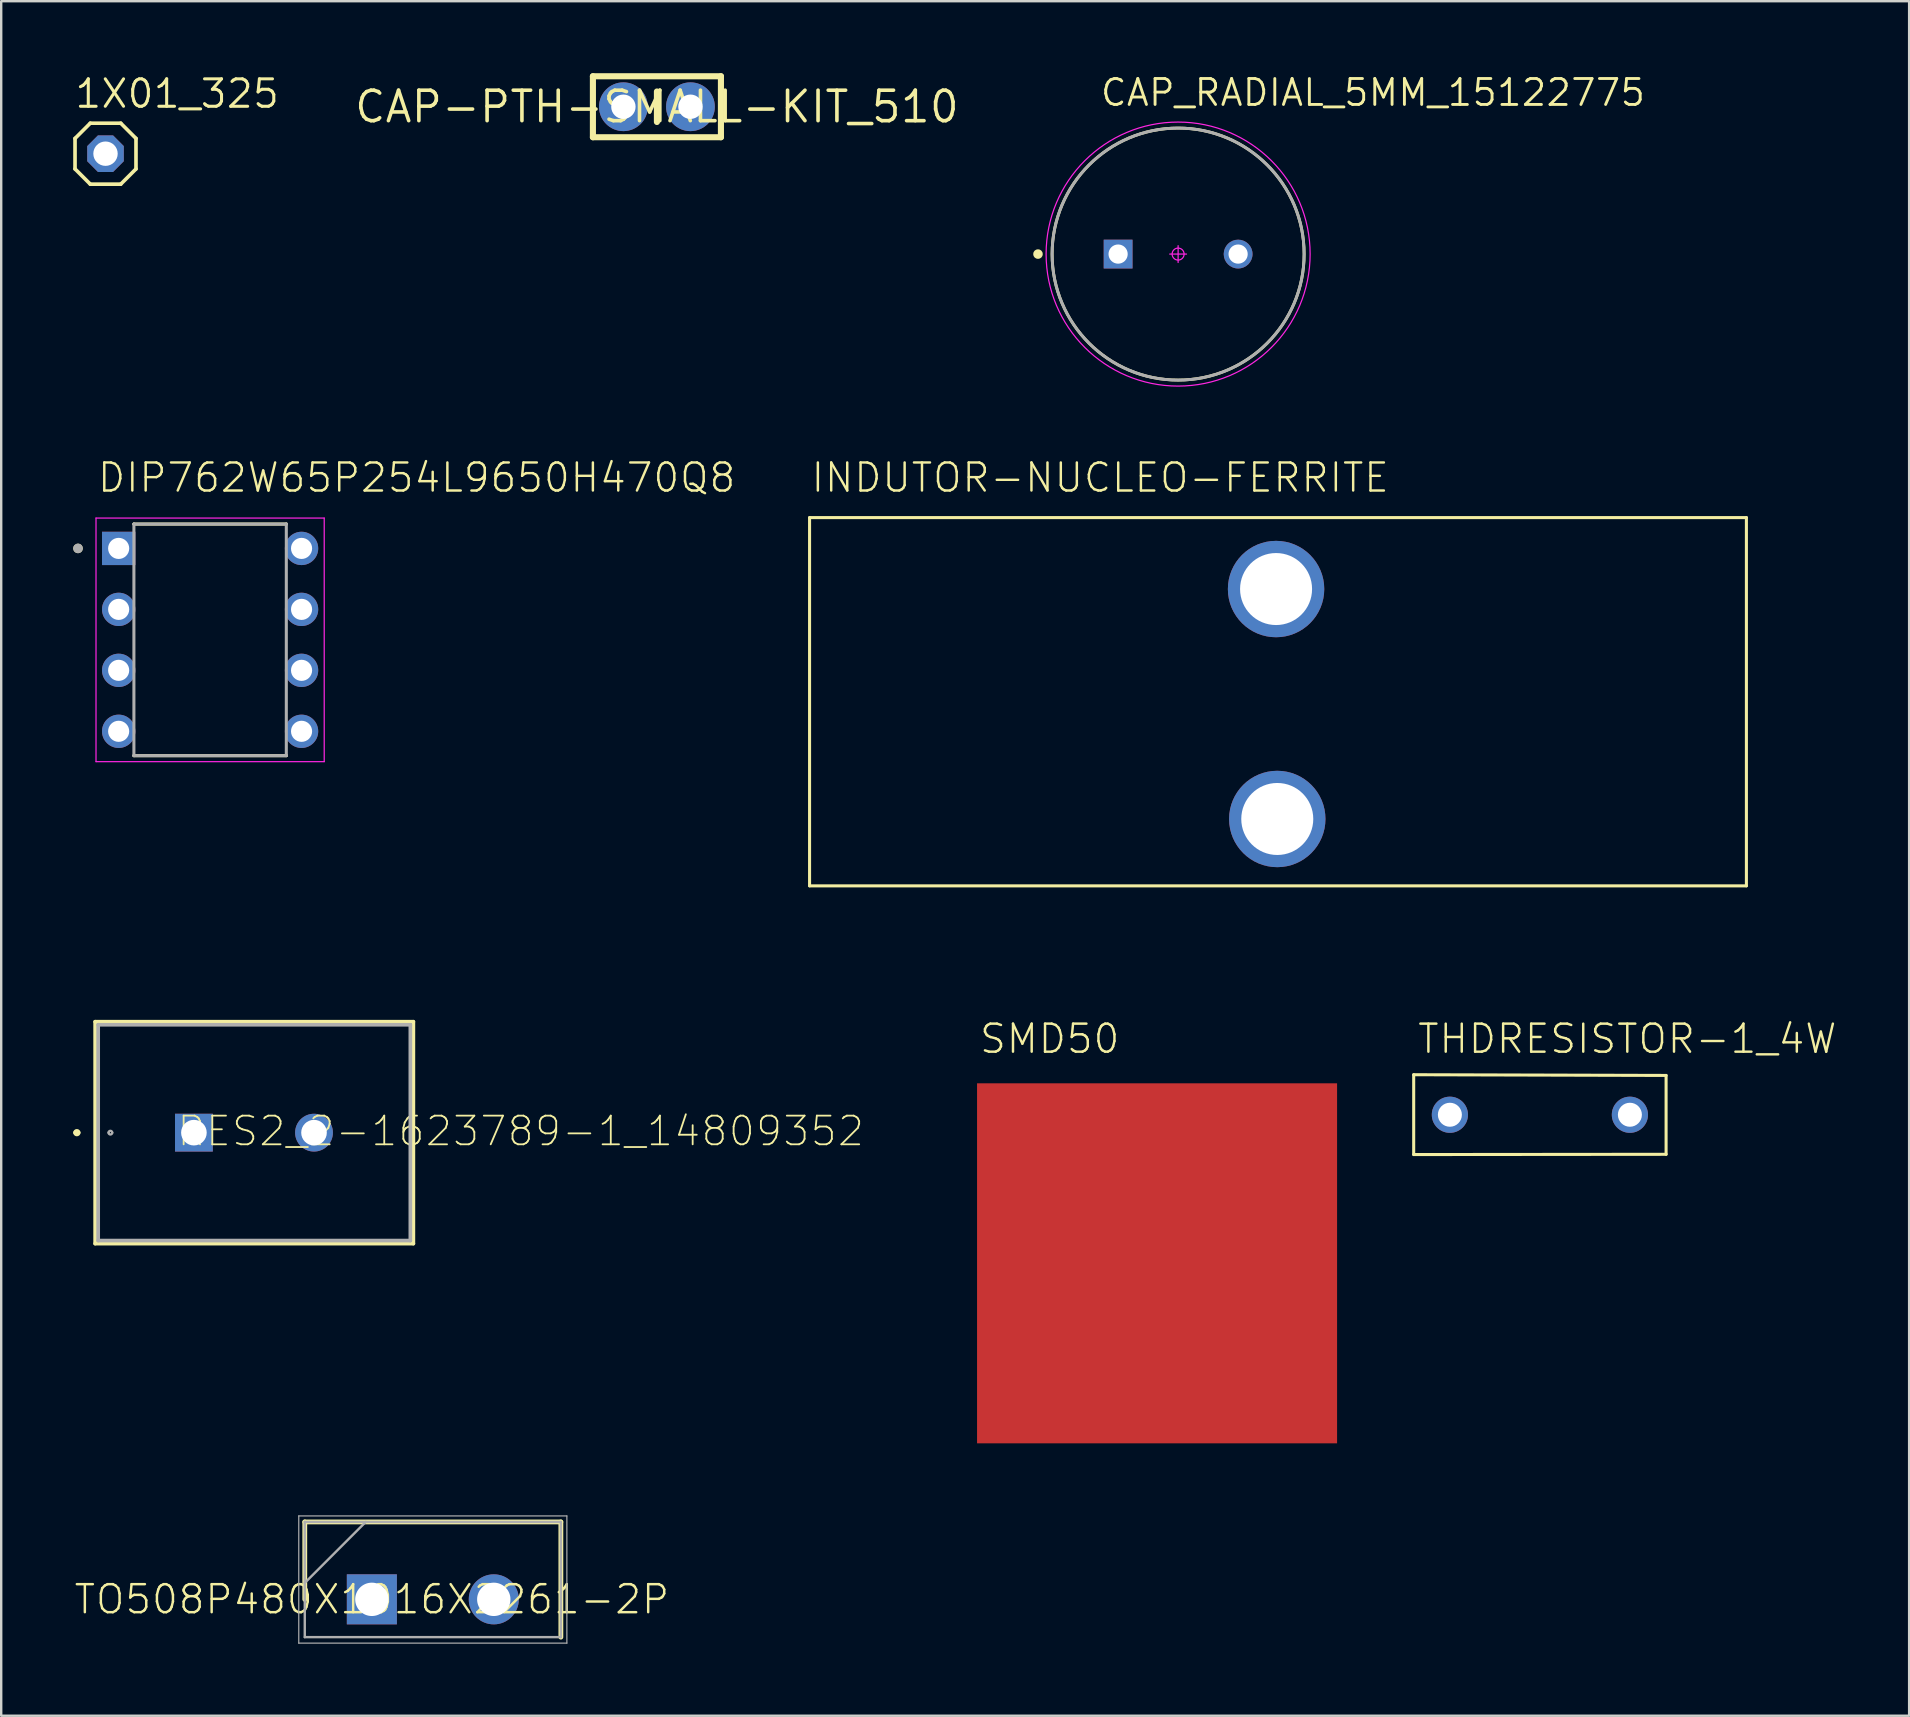
<source format=kicad_pcb>
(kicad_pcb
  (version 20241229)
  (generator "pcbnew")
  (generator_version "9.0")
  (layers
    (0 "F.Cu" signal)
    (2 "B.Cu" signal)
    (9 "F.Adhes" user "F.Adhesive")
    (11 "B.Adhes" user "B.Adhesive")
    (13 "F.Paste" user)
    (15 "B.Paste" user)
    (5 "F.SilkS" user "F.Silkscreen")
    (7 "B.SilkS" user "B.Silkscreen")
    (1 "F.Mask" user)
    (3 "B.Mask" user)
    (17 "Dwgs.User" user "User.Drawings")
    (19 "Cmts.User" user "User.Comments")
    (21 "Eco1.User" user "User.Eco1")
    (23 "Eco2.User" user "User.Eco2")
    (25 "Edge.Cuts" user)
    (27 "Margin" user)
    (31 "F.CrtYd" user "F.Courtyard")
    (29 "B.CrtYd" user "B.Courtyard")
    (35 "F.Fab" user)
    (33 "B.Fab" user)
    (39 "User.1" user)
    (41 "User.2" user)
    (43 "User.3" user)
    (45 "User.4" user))
  (footprint "RES2_2-1623789-1_14809352"
    (layer "F.Cu")
    (at 10.033 44.141)
    (property "Reference" "RES2_2-1623789-1_14809352" (at -5.766 0.635 0) (unlocked yes) (layer "F.SilkS") (effects (font (size 1.194 1.194) (thickness 0.076)) (justify left bottom)))
    (fp_line (start -9.119 -4.623) (end -9.119 4.623) (stroke (width 0.152) (type solid)) (layer "F.SilkS"))
    (fp_line (start 4.14 -4.623) (end -9.119 -4.623) (stroke (width 0.152) (type solid)) (layer "F.SilkS"))
    (fp_line (start 4.14 -4.623) (end 4.14 4.623) (stroke (width 0.152) (type solid)) (layer "F.SilkS"))
    (fp_line (start 4.14 4.623) (end -9.119 4.623) (stroke (width 0.152) (type solid)) (layer "F.SilkS"))
    (fp_arc (start -9.9568 0) (mid -9.8806 -0.0762) (end -9.8044 0) (stroke (width 0.1524) (type solid)) (layer "F.SilkS"))
    (fp_arc (start -9.8044 0) (mid -9.8806 0.0762) (end -9.9568 0) (stroke (width 0.1524) (type solid)) (layer "F.SilkS"))
    (fp_line (start -8.992 -4.496) (end -8.992 4.496) (stroke (width 0.152) (type solid)) (layer "F.Fab"))
    (fp_line (start 4.013 -4.496) (end -8.992 -4.496) (stroke (width 0.152) (type solid)) (layer "F.Fab"))
    (fp_line (start 4.013 -4.496) (end 4.013 4.496) (stroke (width 0.152) (type solid)) (layer "F.Fab"))
    (fp_line (start 4.013 4.496) (end -8.992 4.496) (stroke (width 0.152) (type solid)) (layer "F.Fab"))
    (fp_arc (start -8.5598 0) (mid -8.4836 -0.0762) (end -8.4074 0) (stroke (width 0.1) (type solid)) (layer "F.Fab"))
    (fp_arc (start -8.4074 0) (mid -8.4836 0.0762) (end -8.5598 0) (stroke (width 0.1) (type solid)) (layer "F.Fab"))
    (pad "1" thru_hole rect (at -5.004 0) (size 1.575 1.575) (drill 1.067) (layers "*.Cu" "*.Mask"))
    (pad "2" thru_hole circle (at 0 0 180) (size 1.575 1.575) (drill 1.067) (layers "*.Cu" "*.Mask")))
  (footprint "1X01_325"
    (layer "F.Cu")
    (at 1.346 3.353)
    (property "Reference" "1X01_325" (at -1.346 -1.829 0) (unlocked yes) (layer "F.SilkS") (effects (font (size 1.143 1.143) (thickness 0.127)) (justify left bottom)))
    (fp_line (start -1.27 -0.635) (end -1.27 0.635) (stroke (width 0.152) (type solid)) (layer "F.SilkS"))
    (fp_line (start -1.27 0.635) (end -0.635 1.27) (stroke (width 0.152) (type solid)) (layer "F.SilkS"))
    (fp_line (start -0.635 -1.27) (end -1.27 -0.635) (stroke (width 0.152) (type solid)) (layer "F.SilkS"))
    (fp_line (start -0.635 -1.27) (end 0.635 -1.27) (stroke (width 0.152) (type solid)) (layer "F.SilkS"))
    (fp_line (start 0.635 -1.27) (end 1.27 -0.635) (stroke (width 0.152) (type solid)) (layer "F.SilkS"))
    (fp_line (start 0.635 1.27) (end -0.635 1.27) (stroke (width 0.152) (type solid)) (layer "F.SilkS"))
    (fp_line (start 1.27 -0.635) (end 1.27 0.635) (stroke (width 0.152) (type solid)) (layer "F.SilkS"))
    (fp_line (start 1.27 0.635) (end 0.635 1.27) (stroke (width 0.152) (type solid)) (layer "F.SilkS"))
    (fp_poly (pts (xy -0.254 0.254) (xy 0.254 0.254) (xy 0.254 -0.254) (xy -0.254 -0.254)) (stroke (width 0.1) (type default)) (fill no) (layer "F.Fab"))
    (pad "1" thru_hole roundrect (at 0 0) (size 1.524 1.524) (drill 1.016) (layers "*.Cu" "*.Mask") (roundrect_rratio 0.25) (chamfer_ratio 0.293) (chamfer top_left top_right bottom_left bottom_right)))
  (footprint "SMD50"
    (layer "F.Cu")
    (at 36.158 48.585)
    (property "Reference" "SMD50" (at 1.54 -7.67 0) (unlocked yes) (layer "F.SilkS") (effects (font (size 1.168 1.168) (thickness 0.102)) (justify left bottom)))
    (pad "P$1" smd rect (at 9 1) (size 15 15) (layers "F.Cu" "F.Mask" "F.Paste")))
  (footprint "TO508P480X1016X2261-2P"
    (layer "F.Cu")
    (at 12.443 63.585)
    (property "Reference" "TO508P480X1016X2261-2P" (at 0 0 0) (unlocked yes) (layer "F.SilkS") (effects (font (size 1.168 1.168) (thickness 0.102))))
    (fp_line (start -2.795 -3.225) (end -2.795 0) (stroke (width 0.2) (type solid)) (layer "F.SilkS"))
    (fp_line (start 7.875 -3.225) (end -2.795 -3.225) (stroke (width 0.2) (type solid)) (layer "F.SilkS"))
    (fp_line (start 7.875 1.575) (end 7.875 -3.225) (stroke (width 0.2) (type solid)) (layer "F.SilkS"))
    (fp_line (start -3.045 -3.475) (end 8.125 -3.475) (stroke (width 0.05) (type solid)) (layer "F.Fab"))
    (fp_line (start -3.045 1.825) (end -3.045 -3.475) (stroke (width 0.05) (type solid)) (layer "F.Fab"))
    (fp_line (start -2.795 -3.225) (end 7.875 -3.225) (stroke (width 0.1) (type solid)) (layer "F.Fab"))
    (fp_line (start -2.795 -0.685) (end -0.255 -3.225) (stroke (width 0.1) (type solid)) (layer "F.Fab"))
    (fp_line (start -2.795 1.575) (end -2.795 -3.225) (stroke (width 0.1) (type solid)) (layer "F.Fab"))
    (fp_line (start 7.875 -3.225) (end 7.875 1.575) (stroke (width 0.1) (type solid)) (layer "F.Fab"))
    (fp_line (start 7.875 1.575) (end -2.795 1.575) (stroke (width 0.1) (type solid)) (layer "F.Fab"))
    (fp_line (start 8.125 -3.475) (end 8.125 1.825) (stroke (width 0.05) (type solid)) (layer "F.Fab"))
    (fp_line (start 8.125 1.825) (end -3.045 1.825) (stroke (width 0.05) (type solid)) (layer "F.Fab"))
    (pad "1" thru_hole rect (at 0 0) (size 2.085 2.085) (drill 1.39) (layers "*.Cu" "*.Mask"))
    (pad "2" thru_hole circle (at 5.08 0) (size 2.085 2.085) (drill 1.39) (layers "*.Cu" "*.Mask")))
  (footprint "CAP_RADIAL_5MM_15122775"
    (layer "F.Cu")
    (at 46.035 7.536)
    (property "Reference" "CAP_RADIAL_5MM_15122775" (at -3.302 -6.096 0) (unlocked yes) (layer "F.SilkS") (effects (font (size 1.08 1.08) (thickness 0.12)) (justify left bottom)))
    (fp_circle (center -5.838 0) (end -5.738 0) (stroke (width 0.2) (type solid)) (fill no) (layer "F.SilkS"))
    (fp_circle (center 0 0) (end 5.25 0) (stroke (width 0.12) (type solid)) (fill no) (layer "F.SilkS"))
    (fp_line (start 0 -0.35) (end 0 0.35) (stroke (width 0.05) (type solid)) (layer "F.CrtYd"))
    (fp_line (start 0.35 0) (end -0.35 0) (stroke (width 0.05) (type solid)) (layer "F.CrtYd"))
    (fp_circle (center 0 0) (end 0.25 0) (stroke (width 0.05) (type solid)) (fill no) (layer "F.CrtYd"))
    (fp_circle (center 0 0) (end 5.5 0) (stroke (width 0.05) (type solid)) (fill no) (layer "F.CrtYd"))
    (fp_circle (center -2.5 0) (end -2.2 0) (stroke (width 0.025) (type solid)) (fill no) (layer "F.Fab"))
    (fp_circle (center 0 0) (end 5.25 0) (stroke (width 0.025) (type solid)) (fill no) (layer "F.Fab"))
    (fp_circle (center 0 0) (end 5.25 0) (stroke (width 0.12) (type solid)) (fill no) (layer "F.Fab"))
    (fp_circle (center 2.5 0) (end 2.8 0) (stroke (width 0.025) (type solid)) (fill no) (layer "F.Fab"))
    (pad "1" thru_hole rect (at -2.5 0) (size 1.2 1.2) (drill 0.8) (layers "*.Cu" "*.Mask"))
    (pad "2" thru_hole circle (at 2.5 0) (size 1.2 1.2) (drill 0.8) (layers "*.Cu" "*.Mask")))
  (footprint "DIP762W65P254L9650H470Q8"
    (layer "F.Cu")
    (at 5.704 23.609)
    (property "Reference" "DIP762W65P254L9650H470Q8" (at -4.754 -6.075 0) (unlocked yes) (layer "F.SilkS") (effects (font (size 1.168 1.168) (thickness 0.102)) (justify left bottom)))
    (fp_line (start -3.175 -4.825) (end -3.175 -4.824) (stroke (width 0.127) (type solid)) (layer "F.SilkS"))
    (fp_line (start -3.175 -4.825) (end 3.175 -4.825) (stroke (width 0.127) (type solid)) (layer "F.SilkS"))
    (fp_line (start -3.175 4.825) (end -3.175 4.824) (stroke (width 0.127) (type solid)) (layer "F.SilkS"))
    (fp_line (start -3.175 4.825) (end 3.175 4.825) (stroke (width 0.127) (type solid)) (layer "F.SilkS"))
    (fp_line (start 3.175 -4.825) (end 3.175 -4.824) (stroke (width 0.127) (type solid)) (layer "F.SilkS"))
    (fp_line (start 3.175 4.825) (end 3.175 4.824) (stroke (width 0.127) (type solid)) (layer "F.SilkS"))
    (fp_circle (center -5.504 -3.81) (end -5.404 -3.81) (stroke (width 0.2) (type solid)) (fill no) (layer "F.SilkS"))
    (fp_line (start -4.754 -5.075) (end -4.754 5.075) (stroke (width 0.05) (type solid)) (layer "F.CrtYd"))
    (fp_line (start -4.754 5.075) (end 4.754 5.075) (stroke (width 0.05) (type solid)) (layer "F.CrtYd"))
    (fp_line (start 4.754 -5.075) (end -4.754 -5.075) (stroke (width 0.05) (type solid)) (layer "F.CrtYd"))
    (fp_line (start 4.754 5.075) (end 4.754 -5.075) (stroke (width 0.05) (type solid)) (layer "F.CrtYd"))
    (fp_line (start -3.175 -4.825) (end -3.175 4.825) (stroke (width 0.127) (type solid)) (layer "F.Fab"))
    (fp_line (start -3.175 -4.825) (end 3.175 -4.825) (stroke (width 0.127) (type solid)) (layer "F.Fab"))
    (fp_line (start -3.175 4.825) (end 3.175 4.825) (stroke (width 0.127) (type solid)) (layer "F.Fab"))
    (fp_line (start 3.175 -4.825) (end 3.175 4.825) (stroke (width 0.127) (type solid)) (layer "F.Fab"))
    (fp_circle (center -5.504 -3.81) (end -5.404 -3.81) (stroke (width 0.2) (type solid)) (fill no) (layer "F.Fab"))
    (pad "1" thru_hole rect (at -3.81 -3.81) (size 1.388 1.388) (drill 0.88) (layers "*.Cu" "*.Mask"))
    (pad "2" thru_hole circle (at -3.81 -1.27) (size 1.388 1.388) (drill 0.88) (layers "*.Cu" "*.Mask"))
    (pad "3" thru_hole circle (at -3.81 1.27) (size 1.388 1.388) (drill 0.88) (layers "*.Cu" "*.Mask"))
    (pad "4" thru_hole circle (at -3.81 3.81) (size 1.388 1.388) (drill 0.88) (layers "*.Cu" "*.Mask"))
    (pad "5" thru_hole circle (at 3.81 3.81) (size 1.388 1.388) (drill 0.88) (layers "*.Cu" "*.Mask"))
    (pad "6" thru_hole circle (at 3.81 1.27) (size 1.388 1.388) (drill 0.88) (layers "*.Cu" "*.Mask"))
    (pad "7" thru_hole circle (at 3.81 -1.27) (size 1.388 1.388) (drill 0.88) (layers "*.Cu" "*.Mask"))
    (pad "8" thru_hole circle (at 3.81 -3.81) (size 1.388 1.388) (drill 0.88) (layers "*.Cu" "*.Mask")))
  (footprint "INDUTOR-NUCLEO-FERRITE"
    (layer "F.Cu")
    (at 30.886 36.192)
    (property "Reference" "INDUTOR-NUCLEO-FERRITE" (at -0.206 -18.658 0) (unlocked yes) (layer "F.SilkS") (effects (font (size 1.168 1.168) (thickness 0.102)) (justify left bottom)))
    (fp_line (start -0.206 -17.676) (end 38.826 -17.676) (stroke (width 0.127) (type solid)) (layer "F.SilkS"))
    (fp_line (start -0.206 -2.334) (end -0.206 -17.676) (stroke (width 0.127) (type solid)) (layer "F.SilkS"))
    (fp_line (start 38.826 -17.676) (end 38.826 -2.334) (stroke (width 0.127) (type solid)) (layer "F.SilkS"))
    (fp_line (start 38.826 -2.334) (end -0.206 -2.334) (stroke (width 0.127) (type solid)) (layer "F.SilkS"))
    (pad "A1" thru_hole circle (at 19.28 -5.12) (size 4.016 4.016) (drill 3) (layers "*.Cu" "*.Mask"))
    (pad "A2" thru_hole circle (at 19.23 -14.7) (size 4.016 4.016) (drill 3) (layers "*.Cu" "*.Mask")))
  (footprint "CAP-PTH-SMALL-KIT_510"
    (layer "F.Cu")
    (at 24.32 1.397)
    (property "Reference" "CAP-PTH-SMALL-KIT_510" (at 0 0 0) (layer "F.SilkS") (effects (font (size 1.27 1.27) (thickness 0.15))))
    (fp_poly (pts (xy -1.289 -0.501) (xy -1.182 -0.461) (xy -1.085 -0.398) (xy -1.005 -0.316) (xy -0.946 -0.217) (xy -0.91 -0.108) (xy -0.899 0.006) (xy -0.912 0.117) (xy -0.95 0.223) (xy -1.011 0.318) (xy -1.091 0.397) (xy -1.187 0.456) (xy -1.293 0.492) (xy -1.404 0.503) (xy -1.514 0.493) (xy -1.62 0.459) (xy -1.716 0.402) (xy -1.797 0.325) (xy -1.859 0.232) (xy -1.898 0.127) (xy -1.913 0.017) (xy -1.903 -0.099) (xy -1.867 -0.21) (xy -1.808 -0.31) (xy -1.727 -0.394) (xy -1.63 -0.459) (xy -1.522 -0.5) (xy -1.405 -0.516)) (stroke (width 0) (type default)) (fill yes) (layer "F.Mask"))
    (fp_poly (pts (xy 1.51 -0.501) (xy 1.617 -0.461) (xy 1.714 -0.398) (xy 1.794 -0.316) (xy 1.853 -0.217) (xy 1.889 -0.108) (xy 1.9 0.006) (xy 1.887 0.117) (xy 1.849 0.223) (xy 1.788 0.318) (xy 1.708 0.397) (xy 1.612 0.456) (xy 1.506 0.492) (xy 1.395 0.503) (xy 1.285 0.493) (xy 1.179 0.459) (xy 1.083 0.402) (xy 1.002 0.325) (xy 0.94 0.232) (xy 0.901 0.127) (xy 0.886 0.017) (xy 0.896 -0.099) (xy 0.932 -0.21) (xy 0.991 -0.31) (xy 1.072 -0.394) (xy 1.169 -0.459) (xy 1.278 -0.5) (xy 1.394 -0.516)) (stroke (width 0) (type default)) (fill yes) (layer "F.Mask"))
    (fp_poly (pts (xy -1.225 -1.003) (xy -1.053 -0.954) (xy -0.892 -0.876) (xy -0.747 -0.771) (xy -0.622 -0.643) (xy -0.521 -0.495) (xy -0.448 -0.331) (xy -0.404 -0.157) (xy -0.391 0.022) (xy -0.412 0.216) (xy -0.471 0.403) (xy -0.565 0.575) (xy -0.692 0.726) (xy -0.845 0.849) (xy -1.019 0.939) (xy -1.207 0.994) (xy -1.402 1.011) (xy -1.598 0.995) (xy -1.787 0.94) (xy -1.962 0.849) (xy -2.117 0.726) (xy -2.244 0.575) (xy -2.339 0.403) (xy -2.399 0.215) (xy -2.421 0.019) (xy -2.407 -0.16) (xy -2.363 -0.334) (xy -2.289 -0.497) (xy -2.188 -0.645) (xy -2.063 -0.773) (xy -1.918 -0.878) (xy -1.756 -0.955) (xy -1.584 -1.004) (xy -1.405 -1.021)) (stroke (width 0) (type default)) (fill yes) (layer "B.Mask"))
    (fp_poly (pts (xy 1.574 -1.003) (xy 1.746 -0.954) (xy 1.907 -0.876) (xy 2.053 -0.771) (xy 2.177 -0.643) (xy 2.278 -0.495) (xy 2.351 -0.331) (xy 2.395 -0.157) (xy 2.408 0.022) (xy 2.387 0.216) (xy 2.328 0.403) (xy 2.234 0.575) (xy 2.107 0.726) (xy 1.954 0.849) (xy 1.78 0.939) (xy 1.592 0.994) (xy 1.397 1.011) (xy 1.201 0.995) (xy 1.012 0.94) (xy 0.837 0.849) (xy 0.682 0.726) (xy 0.555 0.575) (xy 0.46 0.403) (xy 0.4 0.215) (xy 0.378 0.019) (xy 0.392 -0.16) (xy 0.436 -0.334) (xy 0.51 -0.497) (xy 0.611 -0.645) (xy 0.736 -0.773) (xy 0.882 -0.878) (xy 1.043 -0.955) (xy 1.215 -1.004) (xy 1.395 -1.021)) (stroke (width 0) (type default)) (fill yes) (layer "B.Mask"))
    (fp_line (start -2.667 -1.27) (end 2.667 -1.27) (stroke (width 0.254) (type solid)) (layer "F.SilkS"))
    (fp_line (start -2.667 1.27) (end -2.667 -1.27) (stroke (width 0.254) (type solid)) (layer "F.SilkS"))
    (fp_line (start 0 -0.635) (end 0 0.635) (stroke (width 0.254) (type solid)) (layer "F.SilkS"))
    (fp_line (start 2.667 -1.27) (end 2.667 1.27) (stroke (width 0.254) (type solid)) (layer "F.SilkS"))
    (fp_line (start 2.667 1.27) (end -2.667 1.27) (stroke (width 0.254) (type solid)) (layer "F.SilkS"))
    (pad "1" thru_hole circle (at -1.397 0) (size 2.032 2.032) (drill 1.016) (layers "*.Cu"))
    (pad "2" thru_hole circle (at 1.397 0) (size 2.032 2.032) (drill 1.016) (layers "*.Cu")))
  (footprint "THDRESISTOR-1_4W"
    (layer "F.Cu")
    (at 55.908 45.195)
    (property "Reference" "THDRESISTOR-1_4W" (at 0.042 -4.28 0) (unlocked yes) (layer "F.SilkS") (effects (font (size 1.168 1.168) (thickness 0.102)) (justify left bottom)))
    (fp_line (start -0.058 -3.468) (end 10.458 -3.438) (stroke (width 0.127) (type solid)) (layer "F.SilkS"))
    (fp_line (start -0.058 -0.142) (end -0.058 -3.468) (stroke (width 0.127) (type solid)) (layer "F.SilkS"))
    (fp_line (start 10.458 -3.438) (end 10.458 -0.152) (stroke (width 0.127) (type solid)) (layer "F.SilkS"))
    (fp_line (start 10.458 -0.152) (end -0.058 -0.142) (stroke (width 0.127) (type solid)) (layer "F.SilkS"))
    (pad "P21" thru_hole circle (at 1.45 -1.8) (size 1.508 1.508) (drill 1) (layers "*.Cu" "*.Mask"))
    (pad "P22" thru_hole circle (at 8.95 -1.8) (size 1.508 1.508) (drill 1) (layers "*.Cu" "*.Mask")))
  (gr_rect
    (start -3 -3)
    (end 76.492 68.435)
    (stroke (width 0.1) (type default))
    (fill no)
    (layer "Edge.Cuts")))
</source>
